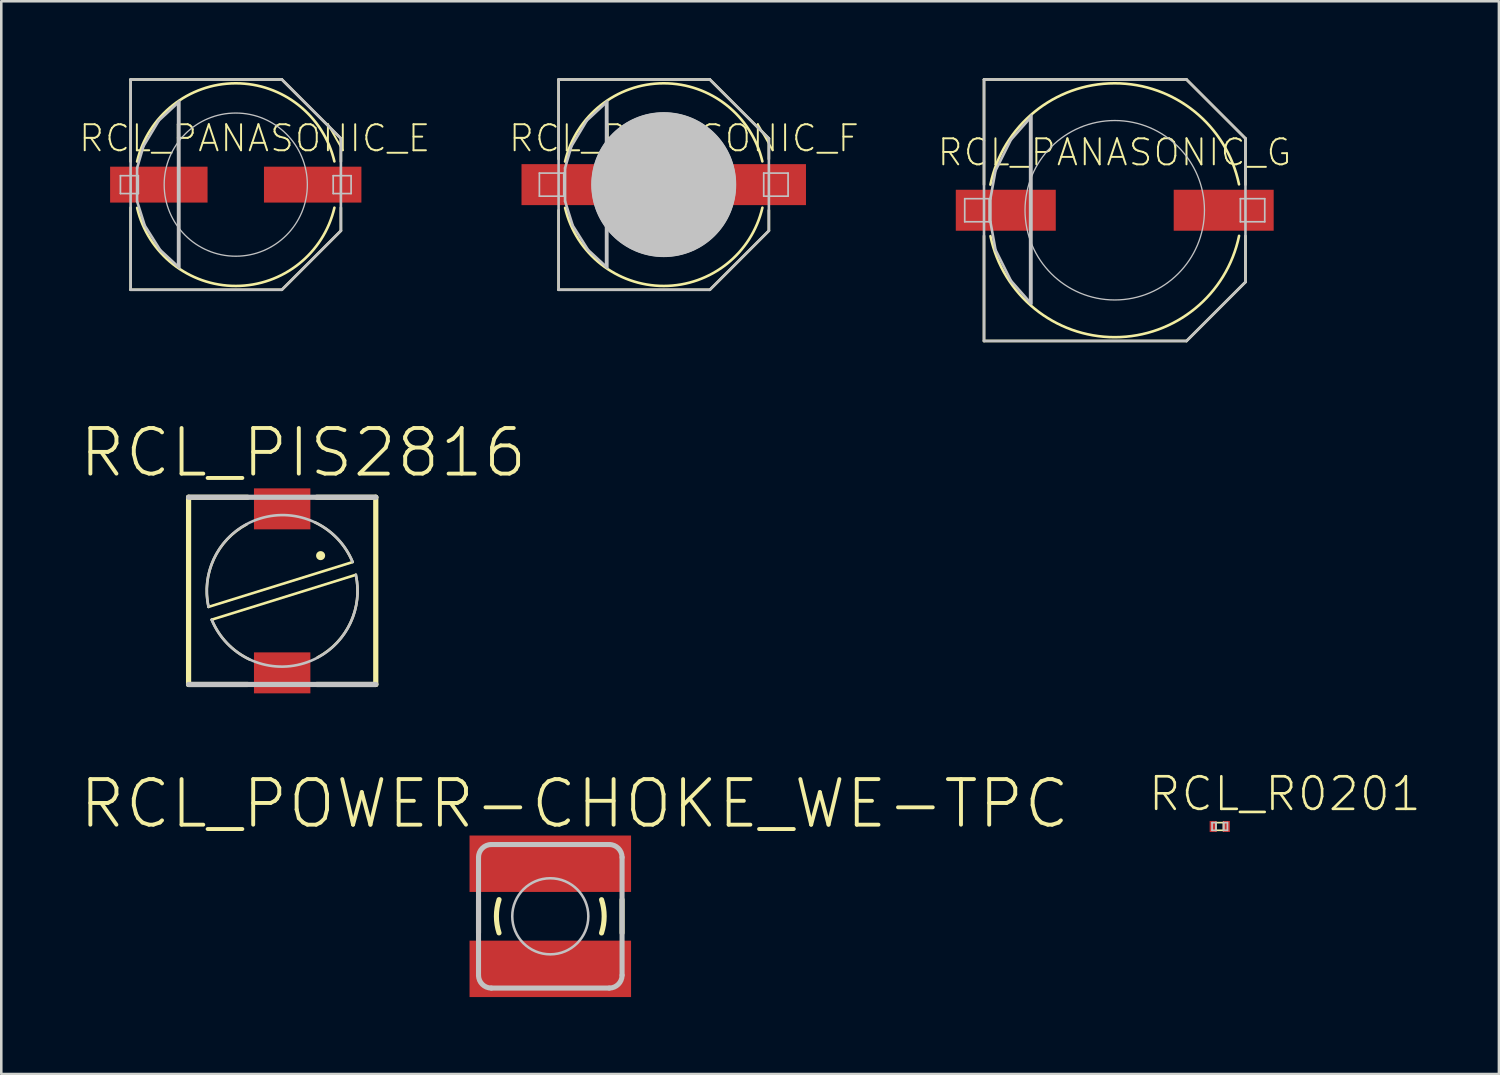
<source format=kicad_pcb>
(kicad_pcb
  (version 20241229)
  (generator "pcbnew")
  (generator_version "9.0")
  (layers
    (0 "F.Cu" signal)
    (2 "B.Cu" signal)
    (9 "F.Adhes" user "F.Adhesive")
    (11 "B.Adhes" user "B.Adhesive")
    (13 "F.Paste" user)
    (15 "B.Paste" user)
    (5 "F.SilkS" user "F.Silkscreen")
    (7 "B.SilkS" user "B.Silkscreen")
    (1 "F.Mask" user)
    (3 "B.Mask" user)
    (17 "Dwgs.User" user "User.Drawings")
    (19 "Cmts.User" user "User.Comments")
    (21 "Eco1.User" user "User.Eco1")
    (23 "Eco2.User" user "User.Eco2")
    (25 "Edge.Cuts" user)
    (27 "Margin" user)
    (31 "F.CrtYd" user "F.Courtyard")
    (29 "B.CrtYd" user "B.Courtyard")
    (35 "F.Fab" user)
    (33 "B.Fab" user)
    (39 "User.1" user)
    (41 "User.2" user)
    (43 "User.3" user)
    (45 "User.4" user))
  (footprint "RCL_PANASONIC_G"
    (layer "F.Cu")
    (at 40.422 5.149)
    (property "Reference" "RCL_PANASONIC_G" (at -0.008 -2.256 0) (layer "F.SilkS") (effects (font (size 1.016 1.016) (thickness 0.076))))
    (attr smd)
    (fp_line (start -5.098 -5.098) (end 2.799 -5.098) (stroke (width 0.102) (type solid)) (layer "F.SilkS"))
    (fp_line (start -5.098 -0.998) (end -5.098 -5.098) (stroke (width 0.102) (type solid)) (layer "F.SilkS"))
    (fp_line (start -5.098 5.098) (end -5.098 0.998) (stroke (width 0.102) (type solid)) (layer "F.SilkS"))
    (fp_line (start 2.799 -5.098) (end 5.098 -2.799) (stroke (width 0.102) (type solid)) (layer "F.SilkS"))
    (fp_line (start 2.799 5.098) (end -5.098 5.098) (stroke (width 0.102) (type solid)) (layer "F.SilkS"))
    (fp_line (start 5.098 -2.799) (end 5.098 -0.998) (stroke (width 0.102) (type solid)) (layer "F.SilkS"))
    (fp_line (start 5.098 0.998) (end 5.098 2.799) (stroke (width 0.102) (type solid)) (layer "F.SilkS"))
    (fp_line (start 5.098 2.799) (end 2.799 5.098) (stroke (width 0.102) (type solid)) (layer "F.SilkS"))
    (fp_arc (start -4.84886 -0.99822) (mid -0.005807 -4.950541) (end 4.846505 -1.009593) (stroke (width 0.1016) (type solid)) (layer "F.SilkS"))
    (fp_arc (start 4.84886 0.99822) (mid 0.005807 4.950541) (end -4.846505 1.009593) (stroke (width 0.1016) (type solid)) (layer "F.SilkS"))
    (fp_line (start -5.85 -0.45) (end -4.9 -0.45) (stroke (width 0.066) (type solid)) (layer "Dwgs.User"))
    (fp_line (start -5.85 0.45) (end -5.85 -0.45) (stroke (width 0.066) (type solid)) (layer "Dwgs.User"))
    (fp_line (start -5.85 0.45) (end -4.9 0.45) (stroke (width 0.066) (type solid)) (layer "Dwgs.User"))
    (fp_line (start -5.098 -5.098) (end 2.799 -5.098) (stroke (width 0.102) (type solid)) (layer "Dwgs.User"))
    (fp_line (start -5.098 5.098) (end -5.098 -5.098) (stroke (width 0.102) (type solid)) (layer "Dwgs.User"))
    (fp_line (start -4.9 0.45) (end -4.9 -0.45) (stroke (width 0.066) (type solid)) (layer "Dwgs.User"))
    (fp_line (start -4.849 -0.45) (end -4.849 0.45) (stroke (width 0.102) (type solid)) (layer "Dwgs.User"))
    (fp_line (start -4.849 0.45) (end -4.648 1.549) (stroke (width 0.102) (type solid)) (layer "Dwgs.User"))
    (fp_line (start -4.648 -1.549) (end -4.849 -0.45) (stroke (width 0.102) (type solid)) (layer "Dwgs.User"))
    (fp_line (start -4.648 1.549) (end -4.049 2.748) (stroke (width 0.102) (type solid)) (layer "Dwgs.User"))
    (fp_line (start -4.049 -2.748) (end -4.648 -1.549) (stroke (width 0.102) (type solid)) (layer "Dwgs.User"))
    (fp_line (start -4.049 2.748) (end -3.299 3.599) (stroke (width 0.102) (type solid)) (layer "Dwgs.User"))
    (fp_line (start -3.299 -3.599) (end -4.049 -2.748) (stroke (width 0.102) (type solid)) (layer "Dwgs.User"))
    (fp_line (start -3.299 -3.548) (end -3.299 -3.599) (stroke (width 0.102) (type solid)) (layer "Dwgs.User"))
    (fp_line (start -3.299 3.599) (end -3.299 -3.548) (stroke (width 0.102) (type solid)) (layer "Dwgs.User"))
    (fp_line (start -3.249 -3.698) (end -3.249 3.65) (stroke (width 0.102) (type solid)) (layer "Dwgs.User"))
    (fp_line (start 2.799 -5.098) (end 5.098 -2.799) (stroke (width 0.102) (type solid)) (layer "Dwgs.User"))
    (fp_line (start 2.799 5.098) (end -5.098 5.098) (stroke (width 0.102) (type solid)) (layer "Dwgs.User"))
    (fp_line (start 4.9 -0.45) (end 5.85 -0.45) (stroke (width 0.066) (type solid)) (layer "Dwgs.User"))
    (fp_line (start 4.9 0.45) (end 4.9 -0.45) (stroke (width 0.066) (type solid)) (layer "Dwgs.User"))
    (fp_line (start 4.9 0.45) (end 5.85 0.45) (stroke (width 0.066) (type solid)) (layer "Dwgs.User"))
    (fp_line (start 5.098 -2.799) (end 5.098 2.799) (stroke (width 0.102) (type solid)) (layer "Dwgs.User"))
    (fp_line (start 5.098 2.799) (end 2.799 5.098) (stroke (width 0.102) (type solid)) (layer "Dwgs.User"))
    (fp_line (start 5.85 0.45) (end 5.85 -0.45) (stroke (width 0.066) (type solid)) (layer "Dwgs.User"))
    (fp_circle (center 0 0) (end -2.474 2.474) (stroke (width 0.051) (type solid)) (fill no) (layer "Dwgs.User"))
    (pad "+" smd rect (at 4.249 0) (size 3.899 1.598) (layers "F.Cu" "F.Mask" "F.Paste"))
    (pad "-" smd rect (at -4.249 0) (size 3.899 1.598) (layers "F.Cu" "F.Mask" "F.Paste")))
  (footprint "RCL_PIS2816"
    (layer "F.Cu")
    (at 7.954 19.992)
    (property "Reference" "RCL_PIS2816" (at 0.818 -5.387 0) (layer "F.SilkS") (effects (font (size 1.778 1.778) (thickness 0.152))))
    (attr smd)
    (fp_line (start -3.65 -3.65) (end -3.65 3.65) (stroke (width 0.203) (type solid)) (layer "F.SilkS"))
    (fp_line (start -3.65 3.65) (end -1.349 3.65) (stroke (width 0.203) (type solid)) (layer "F.SilkS"))
    (fp_line (start -2.748 1.123) (end 2.873 -0.625) (stroke (width 0.102) (type solid)) (layer "F.SilkS"))
    (fp_line (start -1.349 -3.65) (end -3.65 -3.65) (stroke (width 0.203) (type solid)) (layer "F.SilkS"))
    (fp_line (start 1.349 3.65) (end 3.65 3.65) (stroke (width 0.203) (type solid)) (layer "F.SilkS"))
    (fp_line (start 2.748 -1.123) (end -2.873 0.625) (stroke (width 0.102) (type solid)) (layer "F.SilkS"))
    (fp_line (start 3.65 -3.65) (end 1.349 -3.65) (stroke (width 0.203) (type solid)) (layer "F.SilkS"))
    (fp_line (start 3.65 3.65) (end 3.65 -3.65) (stroke (width 0.203) (type solid)) (layer "F.SilkS"))
    (fp_arc (start -2.87274 0.62484) (mid -2.667081 -1.236825) (end -1.378893 -2.596481) (stroke (width 0.1016) (type solid)) (layer "F.SilkS"))
    (fp_arc (start -1.27254 2.67462) (mid -2.152858 2.038214) (end -2.745845 1.128082) (stroke (width 0.1016) (type solid)) (layer "F.SilkS"))
    (fp_arc (start 1.27254 -2.67462) (mid 2.152858 -2.038214) (end 2.745845 -1.128082) (stroke (width 0.1016) (type solid)) (layer "F.SilkS"))
    (fp_arc (start 2.87274 -0.62484) (mid 2.667081 1.236825) (end 1.378893 2.596481) (stroke (width 0.1016) (type solid)) (layer "F.SilkS"))
    (fp_circle (center 1.499 -1.374) (end 1.623 -1.499) (stroke (width 0) (type solid)) (fill yes) (layer "F.SilkS"))
    (fp_line (start -3.65 3.65) (end 3.65 3.65) (stroke (width 0.203) (type solid)) (layer "Dwgs.User"))
    (fp_line (start 3.65 -3.65) (end -3.65 -3.65) (stroke (width 0.203) (type solid)) (layer "Dwgs.User"))
    (fp_arc (start -2.87274 0.62484) (mid -0.863851 -2.821002) (end 2.746928 -1.126382) (stroke (width 0.1016) (type solid)) (layer "Dwgs.User"))
    (fp_arc (start 2.87274 -0.62484) (mid 0.863851 2.821002) (end -2.746928 1.126382) (stroke (width 0.1016) (type solid)) (layer "Dwgs.User"))
    (pad "1" smd rect (at 0 -3.198) (size 2.2 1.598) (layers "F.Cu" "F.Mask" "F.Paste"))
    (pad "2" smd rect (at 0 3.198) (size 2.2 1.598) (layers "F.Cu" "F.Mask" "F.Paste")))
  (footprint "RCL_PANASONIC_F"
    (layer "F.Cu")
    (at 22.834 4.15)
    (property "Reference" "RCL_PANASONIC_F" (at 0.79 -1.806 0) (layer "F.SilkS") (effects (font (size 1.016 1.016) (thickness 0.076))))
    (attr smd)
    (fp_line (start -4.1 -4.1) (end 1.798 -4.1) (stroke (width 0.102) (type solid)) (layer "F.SilkS"))
    (fp_line (start -4.1 -0.998) (end -4.1 -4.1) (stroke (width 0.102) (type solid)) (layer "F.SilkS"))
    (fp_line (start -4.1 4.1) (end -4.1 0.998) (stroke (width 0.102) (type solid)) (layer "F.SilkS"))
    (fp_line (start 1.798 -4.1) (end 4.1 -1.798) (stroke (width 0.102) (type solid)) (layer "F.SilkS"))
    (fp_line (start 1.798 4.1) (end -4.1 4.1) (stroke (width 0.102) (type solid)) (layer "F.SilkS"))
    (fp_line (start 4.1 -1.798) (end 4.1 -0.998) (stroke (width 0.102) (type solid)) (layer "F.SilkS"))
    (fp_line (start 4.1 0.998) (end 4.1 1.798) (stroke (width 0.102) (type solid)) (layer "F.SilkS"))
    (fp_line (start 4.1 1.798) (end 1.798 4.1) (stroke (width 0.102) (type solid)) (layer "F.SilkS"))
    (fp_arc (start -3.8481 -0.89916) (mid -0.003314 -3.951753) (end 3.846587 -0.905612) (stroke (width 0.1016) (type solid)) (layer "F.SilkS"))
    (fp_arc (start 3.8481 0.89916) (mid 0.003314 3.951753) (end -3.846587 0.905612) (stroke (width 0.1016) (type solid)) (layer "F.SilkS"))
    (fp_line (start -4.849 -0.45) (end -3.899 -0.45) (stroke (width 0.066) (type solid)) (layer "Dwgs.User"))
    (fp_line (start -4.849 0.45) (end -4.849 -0.45) (stroke (width 0.066) (type solid)) (layer "Dwgs.User"))
    (fp_line (start -4.849 0.45) (end -3.899 0.45) (stroke (width 0.066) (type solid)) (layer "Dwgs.User"))
    (fp_line (start -4.1 -4.1) (end 1.798 -4.1) (stroke (width 0.102) (type solid)) (layer "Dwgs.User"))
    (fp_line (start -4.1 4.1) (end -4.1 -4.1) (stroke (width 0.102) (type solid)) (layer "Dwgs.User"))
    (fp_line (start -3.899 0.45) (end -3.899 -0.45) (stroke (width 0.066) (type solid)) (layer "Dwgs.User"))
    (fp_line (start -3.848 -0.648) (end -3.848 0.648) (stroke (width 0.102) (type solid)) (layer "Dwgs.User"))
    (fp_line (start -3.848 0.648) (end -3.548 1.598) (stroke (width 0.102) (type solid)) (layer "Dwgs.User"))
    (fp_line (start -3.599 -1.499) (end -3.848 -0.648) (stroke (width 0.102) (type solid)) (layer "Dwgs.User"))
    (fp_line (start -3.548 1.598) (end -2.949 2.548) (stroke (width 0.102) (type solid)) (layer "Dwgs.User"))
    (fp_line (start -3 -2.499) (end -3.599 -1.499) (stroke (width 0.102) (type solid)) (layer "Dwgs.User"))
    (fp_line (start -2.949 2.548) (end -2.248 3.198) (stroke (width 0.102) (type solid)) (layer "Dwgs.User"))
    (fp_line (start -2.248 -3.198) (end -3 -2.499) (stroke (width 0.102) (type solid)) (layer "Dwgs.User"))
    (fp_line (start -2.248 -3.15) (end -2.248 -3.198) (stroke (width 0.102) (type solid)) (layer "Dwgs.User"))
    (fp_line (start -2.248 3.198) (end -2.248 -3.15) (stroke (width 0.102) (type solid)) (layer "Dwgs.User"))
    (fp_line (start -2.2 -3.249) (end -2.2 3.249) (stroke (width 0.102) (type solid)) (layer "Dwgs.User"))
    (fp_line (start 1.798 -4.1) (end 4.1 -1.798) (stroke (width 0.102) (type solid)) (layer "Dwgs.User"))
    (fp_line (start 1.798 4.1) (end -4.1 4.1) (stroke (width 0.102) (type solid)) (layer "Dwgs.User"))
    (fp_line (start 3.899 -0.45) (end 4.849 -0.45) (stroke (width 0.066) (type solid)) (layer "Dwgs.User"))
    (fp_line (start 3.899 0.45) (end 3.899 -0.45) (stroke (width 0.066) (type solid)) (layer "Dwgs.User"))
    (fp_line (start 3.899 0.45) (end 4.849 0.45) (stroke (width 0.066) (type solid)) (layer "Dwgs.User"))
    (fp_line (start 4.1 -1.798) (end 4.1 1.798) (stroke (width 0.102) (type solid)) (layer "Dwgs.User"))
    (fp_line (start 4.1 1.798) (end 1.798 4.1) (stroke (width 0.102) (type solid)) (layer "Dwgs.User"))
    (fp_line (start 4.849 0.45) (end 4.849 -0.45) (stroke (width 0.066) (type solid)) (layer "Dwgs.User"))
    (fp_circle (center 0 0) (end -1.999 1.999) (stroke (width 0) (type solid)) (fill yes) (layer "Dwgs.User"))
    (fp_circle (center 0 0) (end -1.974 1.974) (stroke (width 0.051) (type solid)) (fill no) (layer "Dwgs.User"))
    (pad "+" smd rect (at 3.548 0) (size 3.998 1.598) (layers "F.Cu" "F.Mask" "F.Paste"))
    (pad "-" smd rect (at -3.548 0) (size 3.998 1.598) (layers "F.Cu" "F.Mask" "F.Paste")))
  (footprint "RCL_POWER-CHOKE_WE-TPC"
    (layer "F.Cu")
    (at 18.41 32.683)
    (property "Reference" "RCL_POWER-CHOKE_WE-TPC" (at 0.945 -4.387 0) (layer "F.SilkS") (effects (font (size 1.778 1.778) (thickness 0.152))))
    (attr smd)
    (fp_line (start -2.799 -0.648) (end -2.799 0.648) (stroke (width 0.198) (type solid)) (layer "F.SilkS"))
    (fp_line (start 2.799 0.648) (end 2.799 -0.648) (stroke (width 0.198) (type solid)) (layer "F.SilkS"))
    (fp_arc (start -1.99898 0.6477) (mid -2.101293 -0.00172) (end -1.997917 -0.650971) (stroke (width 0.19812) (type solid)) (layer "F.SilkS"))
    (fp_arc (start 1.99898 -0.6477) (mid 2.101293 0.00172) (end 1.997917 0.650971) (stroke (width 0.19812) (type solid)) (layer "F.SilkS"))
    (fp_line (start -2.799 2.299) (end -2.799 -2.299) (stroke (width 0.198) (type solid)) (layer "Dwgs.User"))
    (fp_line (start -2.299 -2.799) (end 2.299 -2.799) (stroke (width 0.198) (type solid)) (layer "Dwgs.User"))
    (fp_line (start 2.299 2.799) (end -2.299 2.799) (stroke (width 0.198) (type solid)) (layer "Dwgs.User"))
    (fp_line (start 2.799 -2.299) (end 2.799 2.299) (stroke (width 0.198) (type solid)) (layer "Dwgs.User"))
    (fp_arc (start -2.79908 -2.2987) (mid -2.652522 -2.652522) (end -2.2987 -2.79908) (stroke (width 0.19812) (type solid)) (layer "Dwgs.User"))
    (fp_arc (start -2.2987 2.79908) (mid -2.652522 2.652522) (end -2.79908 2.2987) (stroke (width 0.19812) (type solid)) (layer "Dwgs.User"))
    (fp_arc (start 2.2987 -2.79908) (mid 2.652522 -2.652522) (end 2.79908 -2.2987) (stroke (width 0.19812) (type solid)) (layer "Dwgs.User"))
    (fp_arc (start 2.79908 2.2987) (mid 2.652522 2.652522) (end 2.2987 2.79908) (stroke (width 0.19812) (type solid)) (layer "Dwgs.User"))
    (fp_circle (center 0 0) (end -1.049 1.049) (stroke (width 0.099) (type solid)) (fill no) (layer "Dwgs.User"))
    (pad "1" smd rect (at 0 -2.05) (size 6.299 2.2) (layers "F.Cu" "F.Mask" "F.Paste"))
    (pad "2" smd rect (at 0 2.05 180) (size 6.299 2.2) (layers "F.Cu" "F.Mask" "F.Paste")))
  (footprint "RCL_PANASONIC_E"
    (layer "F.Cu")
    (at 6.144 4.15)
    (property "Reference" "RCL_PANASONIC_E" (at 0.739 -1.806 0) (layer "F.SilkS") (effects (font (size 1.016 1.016) (thickness 0.076))))
    (attr smd)
    (fp_line (start -4.1 -4.1) (end 1.798 -4.1) (stroke (width 0.102) (type solid)) (layer "F.SilkS"))
    (fp_line (start -4.1 -0.899) (end -4.1 -4.1) (stroke (width 0.102) (type solid)) (layer "F.SilkS"))
    (fp_line (start -4.1 4.1) (end -4.1 0.899) (stroke (width 0.102) (type solid)) (layer "F.SilkS"))
    (fp_line (start 1.798 -4.1) (end 4.1 -1.798) (stroke (width 0.102) (type solid)) (layer "F.SilkS"))
    (fp_line (start 1.798 4.1) (end -4.1 4.1) (stroke (width 0.102) (type solid)) (layer "F.SilkS"))
    (fp_line (start 4.1 -1.798) (end 4.1 -0.899) (stroke (width 0.102) (type solid)) (layer "F.SilkS"))
    (fp_line (start 4.1 0.899) (end 4.1 1.798) (stroke (width 0.102) (type solid)) (layer "F.SilkS"))
    (fp_line (start 4.1 1.798) (end 1.798 4.1) (stroke (width 0.102) (type solid)) (layer "F.SilkS"))
    (fp_arc (start -3.8481 -0.89916) (mid -0.003314 -3.951753) (end 3.846587 -0.905612) (stroke (width 0.1016) (type solid)) (layer "F.SilkS"))
    (fp_arc (start 3.8481 0.89916) (mid 0.003314 3.951753) (end -3.846587 0.905612) (stroke (width 0.1016) (type solid)) (layer "F.SilkS"))
    (fp_line (start -4.498 -0.348) (end -3.8 -0.348) (stroke (width 0.066) (type solid)) (layer "Dwgs.User"))
    (fp_line (start -4.498 0.348) (end -4.498 -0.348) (stroke (width 0.066) (type solid)) (layer "Dwgs.User"))
    (fp_line (start -4.498 0.348) (end -3.8 0.348) (stroke (width 0.066) (type solid)) (layer "Dwgs.User"))
    (fp_line (start -4.1 -4.1) (end 1.798 -4.1) (stroke (width 0.102) (type solid)) (layer "Dwgs.User"))
    (fp_line (start -4.1 4.1) (end -4.1 -4.1) (stroke (width 0.102) (type solid)) (layer "Dwgs.User"))
    (fp_line (start -3.848 -0.648) (end -3.848 0.648) (stroke (width 0.102) (type solid)) (layer "Dwgs.User"))
    (fp_line (start -3.848 0.648) (end -3.548 1.598) (stroke (width 0.102) (type solid)) (layer "Dwgs.User"))
    (fp_line (start -3.8 0.348) (end -3.8 -0.348) (stroke (width 0.066) (type solid)) (layer "Dwgs.User"))
    (fp_line (start -3.599 -1.499) (end -3.848 -0.648) (stroke (width 0.102) (type solid)) (layer "Dwgs.User"))
    (fp_line (start -3.548 1.598) (end -2.949 2.548) (stroke (width 0.102) (type solid)) (layer "Dwgs.User"))
    (fp_line (start -3 -2.499) (end -3.599 -1.499) (stroke (width 0.102) (type solid)) (layer "Dwgs.User"))
    (fp_line (start -2.949 2.548) (end -2.248 3.198) (stroke (width 0.102) (type solid)) (layer "Dwgs.User"))
    (fp_line (start -2.248 -3.198) (end -3 -2.499) (stroke (width 0.102) (type solid)) (layer "Dwgs.User"))
    (fp_line (start -2.248 -3.15) (end -2.248 -3.198) (stroke (width 0.102) (type solid)) (layer "Dwgs.User"))
    (fp_line (start -2.248 3.198) (end -2.248 -3.15) (stroke (width 0.102) (type solid)) (layer "Dwgs.User"))
    (fp_line (start -2.2 -3.249) (end -2.2 3.249) (stroke (width 0.102) (type solid)) (layer "Dwgs.User"))
    (fp_line (start 1.798 -4.1) (end 4.1 -1.798) (stroke (width 0.102) (type solid)) (layer "Dwgs.User"))
    (fp_line (start 1.798 4.1) (end -4.1 4.1) (stroke (width 0.102) (type solid)) (layer "Dwgs.User"))
    (fp_line (start 3.8 -0.348) (end 4.498 -0.348) (stroke (width 0.066) (type solid)) (layer "Dwgs.User"))
    (fp_line (start 3.8 0.348) (end 3.8 -0.348) (stroke (width 0.066) (type solid)) (layer "Dwgs.User"))
    (fp_line (start 3.8 0.348) (end 4.498 0.348) (stroke (width 0.066) (type solid)) (layer "Dwgs.User"))
    (fp_line (start 4.1 -1.798) (end 4.1 1.798) (stroke (width 0.102) (type solid)) (layer "Dwgs.User"))
    (fp_line (start 4.1 1.798) (end 1.798 4.1) (stroke (width 0.102) (type solid)) (layer "Dwgs.User"))
    (fp_line (start 4.498 0.348) (end 4.498 -0.348) (stroke (width 0.066) (type solid)) (layer "Dwgs.User"))
    (fp_circle (center 0 0) (end -1.974 1.974) (stroke (width 0.051) (type solid)) (fill no) (layer "Dwgs.User"))
    (pad "+" smd rect (at 3 0) (size 3.8 1.4) (layers "F.Cu" "F.Mask" "F.Paste"))
    (pad "-" smd rect (at -3 0) (size 3.8 1.4) (layers "F.Cu" "F.Mask" "F.Paste")))
  (footprint "RCL_R0201"
    (layer "F.Cu")
    (at 44.517 29.18)
    (property "Reference" "RCL_R0201" (at 2.54 -1.27 0) (layer "F.SilkS") (effects (font (size 1.27 1.27) (thickness 0.102))))
    (attr smd)
    (fp_line (start -0.15 -0.15) (end 0.15 -0.15) (stroke (width 0.066) (type solid)) (layer "F.SilkS"))
    (fp_line (start -0.15 0.15) (end -0.15 -0.15) (stroke (width 0.066) (type solid)) (layer "F.SilkS"))
    (fp_line (start -0.15 0.15) (end 0.15 0.15) (stroke (width 0.066) (type solid)) (layer "F.SilkS"))
    (fp_line (start 0.15 0.15) (end 0.15 -0.15) (stroke (width 0.066) (type solid)) (layer "F.SilkS"))
    (fp_line (start -0.3 -0.15) (end -0.15 -0.15) (stroke (width 0.066) (type solid)) (layer "Dwgs.User"))
    (fp_line (start -0.3 0.15) (end -0.3 -0.15) (stroke (width 0.066) (type solid)) (layer "Dwgs.User"))
    (fp_line (start -0.3 0.15) (end -0.15 0.15) (stroke (width 0.066) (type solid)) (layer "Dwgs.User"))
    (fp_line (start -0.15 0.15) (end -0.15 -0.15) (stroke (width 0.066) (type solid)) (layer "Dwgs.User"))
    (fp_line (start 0.15 -0.15) (end 0.3 -0.15) (stroke (width 0.066) (type solid)) (layer "Dwgs.User"))
    (fp_line (start 0.15 0.15) (end 0.15 -0.15) (stroke (width 0.066) (type solid)) (layer "Dwgs.User"))
    (fp_line (start 0.15 0.15) (end 0.3 0.15) (stroke (width 0.066) (type solid)) (layer "Dwgs.User"))
    (fp_line (start 0.3 0.15) (end 0.3 -0.15) (stroke (width 0.066) (type solid)) (layer "Dwgs.User"))
    (pad "1" smd rect (at -0.254 0) (size 0.279 0.429) (layers "F.Cu" "F.Mask" "F.Paste"))
    (pad "2" smd rect (at 0.254 0) (size 0.279 0.429) (layers "F.Cu" "F.Mask" "F.Paste")))
  (gr_rect
    (start -3 -3)
    (end 55.404 38.833)
    (stroke (width 0.1) (type default))
    (fill no)
    (layer "Edge.Cuts")))
</source>
